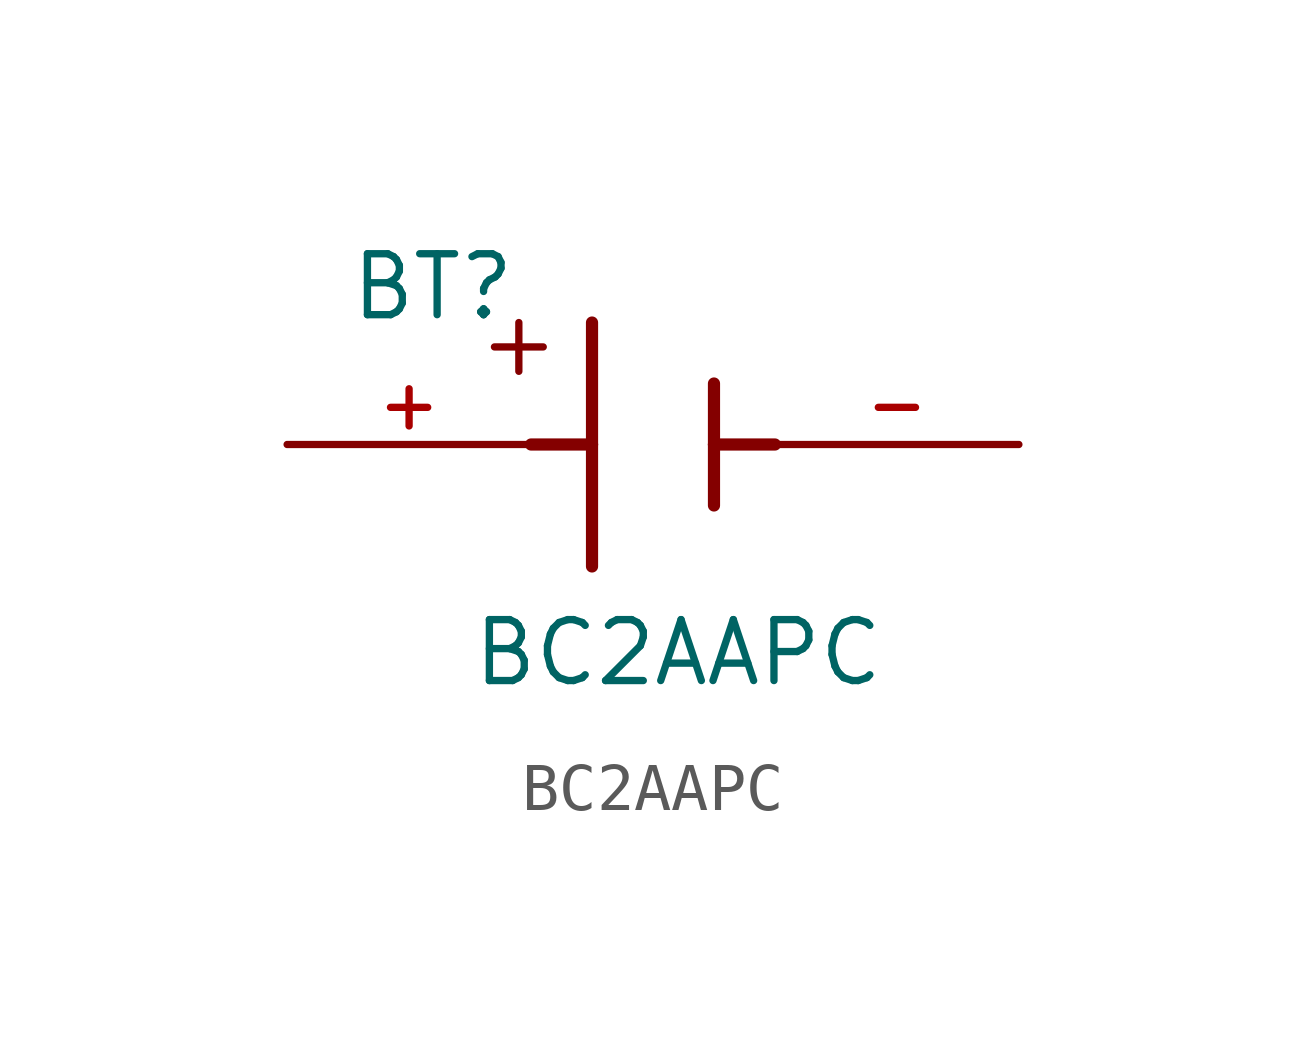
<source format=kicad_sym>
(kicad_symbol_lib
  (version 20220914)
  (generator kicad_symbol_editor)
  (symbol "BC2AAPC"
    (pin_names
      (offset 1.016))
    (property "Reference" "BT"
      (at -6.35 2.54 0)
      (effects (font (size 1.27 1.27)) (justify left bottom)))
    (property "Value" "BC2AAPC"
      (at -3.81 -5.08 0)
      (effects (font (size 1.27 1.27)) (justify left bottom)))
    (symbol "BC2AAPC_0_0"
      (polyline (pts (xy -3.302 2.032) (xy -2.286 2.032)) (stroke (width 0.152) (type default)) (fill (type none)))
      (polyline (pts (xy -2.794 2.54) (xy -2.794 1.524)) (stroke (width 0.152) (type default)) (fill (type none)))
      (polyline (pts (xy -2.54 0) (xy -1.27 0)) (stroke (width 0.254) (type default)) (fill (type none)))
      (polyline (pts (xy -1.27 0) (xy -1.27 -2.54)) (stroke (width 0.254) (type default)) (fill (type none)))
      (polyline (pts (xy -1.27 2.54) (xy -1.27 0)) (stroke (width 0.254) (type default)) (fill (type none)))
      (polyline (pts (xy 1.27 0) (xy 1.27 -1.27)) (stroke (width 0.254) (type default)) (fill (type none)))
      (polyline (pts (xy 1.27 0) (xy 2.54 0)) (stroke (width 0.254) (type default)) (fill (type none)))
      (polyline (pts (xy 1.27 1.27) (xy 1.27 0)) (stroke (width 0.254) (type default)) (fill (type none)))
      (pin passive line (at -7.62 0 0) (length 5.08) (name "~" (effects (font (size 1.016 1.016)))) (number "+" (effects (font (size 1.016 1.016)))))
      (pin passive line (at 7.62 0 180) (length 5.08) (name "~" (effects (font (size 1.016 1.016)))) (number "-" (effects (font (size 1.016 1.016))))))))
</source>
